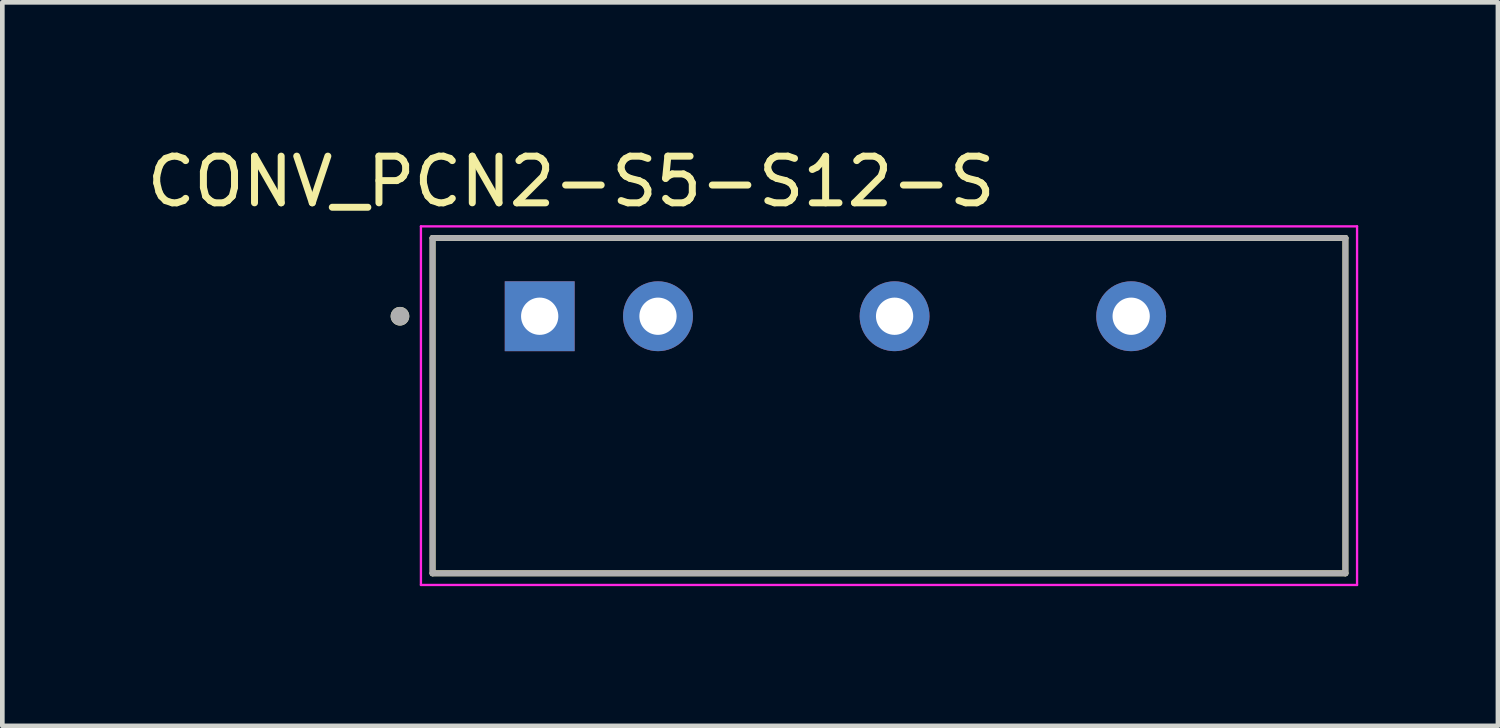
<source format=kicad_pcb>
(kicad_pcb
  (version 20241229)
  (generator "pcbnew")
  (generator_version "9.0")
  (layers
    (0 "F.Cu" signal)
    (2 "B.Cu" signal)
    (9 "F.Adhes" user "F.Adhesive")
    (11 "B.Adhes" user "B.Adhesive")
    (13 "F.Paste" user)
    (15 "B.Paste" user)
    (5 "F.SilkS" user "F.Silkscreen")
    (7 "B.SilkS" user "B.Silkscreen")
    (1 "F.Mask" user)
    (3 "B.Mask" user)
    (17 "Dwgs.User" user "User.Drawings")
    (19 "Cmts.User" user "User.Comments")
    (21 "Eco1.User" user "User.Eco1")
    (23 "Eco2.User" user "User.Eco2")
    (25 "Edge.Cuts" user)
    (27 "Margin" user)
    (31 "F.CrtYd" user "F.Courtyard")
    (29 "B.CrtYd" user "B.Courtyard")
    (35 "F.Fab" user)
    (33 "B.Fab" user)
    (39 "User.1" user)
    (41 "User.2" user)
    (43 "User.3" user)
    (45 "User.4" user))
  (footprint "CONV_PCN2-S5-S12-S"
    (layer "F.Cu")
    (at 8.538 3.74)
    (property "Reference" "CONV_PCN2-S5-S12-S" (at 0.676 -2.891 0) (layer "F.SilkS") (effects (font (size 1.002 1.002) (thickness 0.15))))
    (attr through_hole)
    (fp_line (start -2.3 -1.68) (end 17.3 -1.68) (stroke (width 0.127) (type solid)) (layer "F.SilkS"))
    (fp_line (start -2.3 5.52) (end -2.3 -1.68) (stroke (width 0.127) (type solid)) (layer "F.SilkS"))
    (fp_line (start 17.3 -1.68) (end 17.3 5.52) (stroke (width 0.127) (type solid)) (layer "F.SilkS"))
    (fp_line (start 17.3 5.52) (end -2.3 5.52) (stroke (width 0.127) (type solid)) (layer "F.SilkS"))
    (fp_circle (center -3 0) (end -2.9 0) (stroke (width 0.2) (type solid)) (fill no) (layer "F.SilkS"))
    (fp_line (start -2.55 -1.93) (end 17.55 -1.93) (stroke (width 0.05) (type solid)) (layer "F.CrtYd"))
    (fp_line (start -2.55 5.77) (end -2.55 -1.93) (stroke (width 0.05) (type solid)) (layer "F.CrtYd"))
    (fp_line (start 17.55 -1.93) (end 17.55 5.77) (stroke (width 0.05) (type solid)) (layer "F.CrtYd"))
    (fp_line (start 17.55 5.77) (end -2.55 5.77) (stroke (width 0.05) (type solid)) (layer "F.CrtYd"))
    (fp_line (start -2.3 -1.68) (end 17.3 -1.68) (stroke (width 0.127) (type solid)) (layer "F.Fab"))
    (fp_line (start -2.3 5.52) (end -2.3 -1.68) (stroke (width 0.127) (type solid)) (layer "F.Fab"))
    (fp_line (start 17.3 -1.68) (end 17.3 5.52) (stroke (width 0.127) (type solid)) (layer "F.Fab"))
    (fp_line (start 17.3 5.52) (end -2.3 5.52) (stroke (width 0.127) (type solid)) (layer "F.Fab"))
    (fp_circle (center -3 0) (end -2.9 0) (stroke (width 0.2) (type solid)) (fill no) (layer "F.Fab"))
    (pad "1" thru_hole rect (at 0 0) (size 1.5 1.5) (drill 0.8) (layers "*.Cu" "*.Mask"))
    (pad "2" thru_hole circle (at 2.54 0) (size 1.5 1.5) (drill 0.8) (layers "*.Cu" "*.Mask"))
    (pad "4" thru_hole circle (at 7.62 0) (size 1.5 1.5) (drill 0.8) (layers "*.Cu" "*.Mask"))
    (pad "6" thru_hole circle (at 12.7 0) (size 1.5 1.5) (drill 0.8) (layers "*.Cu" "*.Mask")))
  (gr_rect
    (start -3 -3)
    (end 29.113 12.535)
    (stroke (width 0.1) (type default))
    (fill no)
    (layer "Edge.Cuts")))
</source>
